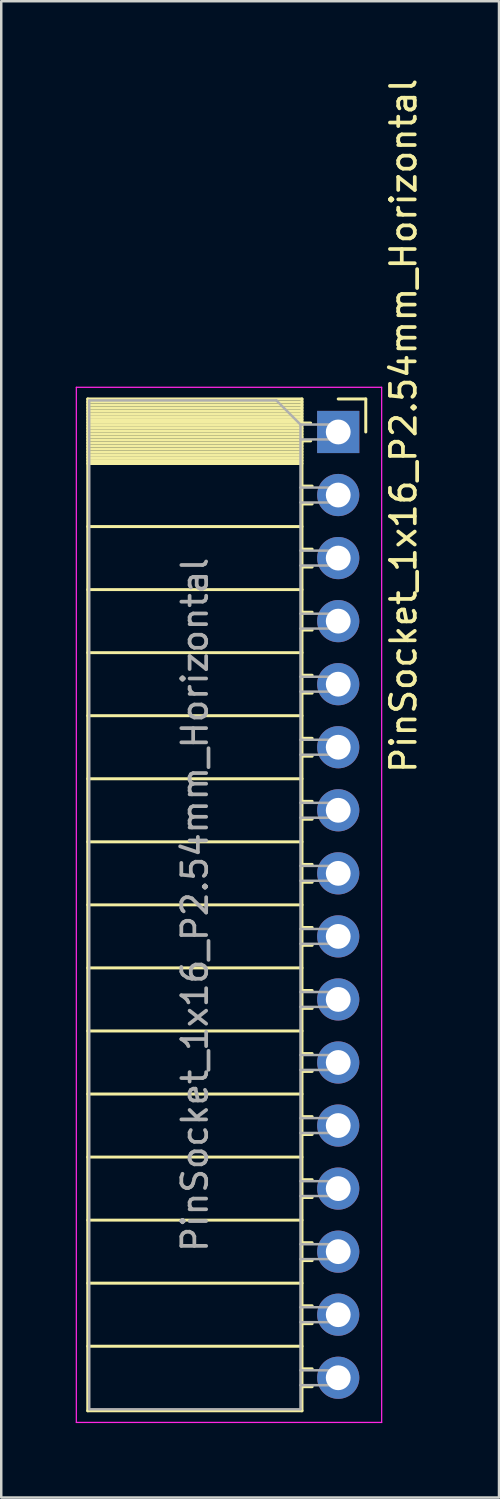
<source format=kicad_pcb>
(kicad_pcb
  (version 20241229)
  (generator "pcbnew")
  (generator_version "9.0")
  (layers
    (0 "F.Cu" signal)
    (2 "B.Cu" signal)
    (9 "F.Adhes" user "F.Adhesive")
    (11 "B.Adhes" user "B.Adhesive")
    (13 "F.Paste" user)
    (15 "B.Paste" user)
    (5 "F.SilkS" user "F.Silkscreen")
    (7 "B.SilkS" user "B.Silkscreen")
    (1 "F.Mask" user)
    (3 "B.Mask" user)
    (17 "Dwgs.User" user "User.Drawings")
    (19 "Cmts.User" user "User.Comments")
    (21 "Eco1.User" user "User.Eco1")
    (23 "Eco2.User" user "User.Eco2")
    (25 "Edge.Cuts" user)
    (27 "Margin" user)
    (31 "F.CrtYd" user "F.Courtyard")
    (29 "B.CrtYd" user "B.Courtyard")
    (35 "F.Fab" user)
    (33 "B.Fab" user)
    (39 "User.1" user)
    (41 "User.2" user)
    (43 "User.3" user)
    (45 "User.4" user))
  (footprint "PinSocket_1x16_P2.54mm_Horizontal"
    (layer "F.Cu")
    (at 10.575 14.352)
    (property "Reference" "PinSocket_1x16_P2.54mm_Horizontal" (at 2.629 -0.251 90) (layer "F.SilkS") (effects (font (size 1 1) (thickness 0.15))))
    (attr through_hole)
    (fp_line (start -10.09 -1.33) (end -10.09 39.43) (stroke (width 0.12) (type solid)) (layer "F.SilkS"))
    (fp_line (start -10.09 -1.33) (end -1.46 -1.33) (stroke (width 0.12) (type solid)) (layer "F.SilkS"))
    (fp_line (start -10.09 -1.21) (end -1.46 -1.21) (stroke (width 0.12) (type solid)) (layer "F.SilkS"))
    (fp_line (start -10.09 -1.092) (end -1.46 -1.092) (stroke (width 0.12) (type solid)) (layer "F.SilkS"))
    (fp_line (start -10.09 -0.974) (end -1.46 -0.974) (stroke (width 0.12) (type solid)) (layer "F.SilkS"))
    (fp_line (start -10.09 -0.856) (end -1.46 -0.856) (stroke (width 0.12) (type solid)) (layer "F.SilkS"))
    (fp_line (start -10.09 -0.738) (end -1.46 -0.738) (stroke (width 0.12) (type solid)) (layer "F.SilkS"))
    (fp_line (start -10.09 -0.62) (end -1.46 -0.62) (stroke (width 0.12) (type solid)) (layer "F.SilkS"))
    (fp_line (start -10.09 -0.501) (end -1.46 -0.501) (stroke (width 0.12) (type solid)) (layer "F.SilkS"))
    (fp_line (start -10.09 -0.383) (end -1.46 -0.383) (stroke (width 0.12) (type solid)) (layer "F.SilkS"))
    (fp_line (start -10.09 -0.265) (end -1.46 -0.265) (stroke (width 0.12) (type solid)) (layer "F.SilkS"))
    (fp_line (start -10.09 -0.147) (end -1.46 -0.147) (stroke (width 0.12) (type solid)) (layer "F.SilkS"))
    (fp_line (start -10.09 -0.029) (end -1.46 -0.029) (stroke (width 0.12) (type solid)) (layer "F.SilkS"))
    (fp_line (start -10.09 0.089) (end -1.46 0.089) (stroke (width 0.12) (type solid)) (layer "F.SilkS"))
    (fp_line (start -10.09 0.207) (end -1.46 0.207) (stroke (width 0.12) (type solid)) (layer "F.SilkS"))
    (fp_line (start -10.09 0.325) (end -1.46 0.325) (stroke (width 0.12) (type solid)) (layer "F.SilkS"))
    (fp_line (start -10.09 0.443) (end -1.46 0.443) (stroke (width 0.12) (type solid)) (layer "F.SilkS"))
    (fp_line (start -10.09 0.561) (end -1.46 0.561) (stroke (width 0.12) (type solid)) (layer "F.SilkS"))
    (fp_line (start -10.09 0.68) (end -1.46 0.68) (stroke (width 0.12) (type solid)) (layer "F.SilkS"))
    (fp_line (start -10.09 0.798) (end -1.46 0.798) (stroke (width 0.12) (type solid)) (layer "F.SilkS"))
    (fp_line (start -10.09 0.916) (end -1.46 0.916) (stroke (width 0.12) (type solid)) (layer "F.SilkS"))
    (fp_line (start -10.09 1.034) (end -1.46 1.034) (stroke (width 0.12) (type solid)) (layer "F.SilkS"))
    (fp_line (start -10.09 1.152) (end -1.46 1.152) (stroke (width 0.12) (type solid)) (layer "F.SilkS"))
    (fp_line (start -10.09 1.27) (end -1.46 1.27) (stroke (width 0.12) (type solid)) (layer "F.SilkS"))
    (fp_line (start -10.09 3.81) (end -1.46 3.81) (stroke (width 0.12) (type solid)) (layer "F.SilkS"))
    (fp_line (start -10.09 6.35) (end -1.46 6.35) (stroke (width 0.12) (type solid)) (layer "F.SilkS"))
    (fp_line (start -10.09 8.89) (end -1.46 8.89) (stroke (width 0.12) (type solid)) (layer "F.SilkS"))
    (fp_line (start -10.09 11.43) (end -1.46 11.43) (stroke (width 0.12) (type solid)) (layer "F.SilkS"))
    (fp_line (start -10.09 13.97) (end -1.46 13.97) (stroke (width 0.12) (type solid)) (layer "F.SilkS"))
    (fp_line (start -10.09 16.51) (end -1.46 16.51) (stroke (width 0.12) (type solid)) (layer "F.SilkS"))
    (fp_line (start -10.09 19.05) (end -1.46 19.05) (stroke (width 0.12) (type solid)) (layer "F.SilkS"))
    (fp_line (start -10.09 21.59) (end -1.46 21.59) (stroke (width 0.12) (type solid)) (layer "F.SilkS"))
    (fp_line (start -10.09 24.13) (end -1.46 24.13) (stroke (width 0.12) (type solid)) (layer "F.SilkS"))
    (fp_line (start -10.09 26.67) (end -1.46 26.67) (stroke (width 0.12) (type solid)) (layer "F.SilkS"))
    (fp_line (start -10.09 29.21) (end -1.46 29.21) (stroke (width 0.12) (type solid)) (layer "F.SilkS"))
    (fp_line (start -10.09 31.75) (end -1.46 31.75) (stroke (width 0.12) (type solid)) (layer "F.SilkS"))
    (fp_line (start -10.09 34.29) (end -1.46 34.29) (stroke (width 0.12) (type solid)) (layer "F.SilkS"))
    (fp_line (start -10.09 36.83) (end -1.46 36.83) (stroke (width 0.12) (type solid)) (layer "F.SilkS"))
    (fp_line (start -10.09 39.43) (end -1.46 39.43) (stroke (width 0.12) (type solid)) (layer "F.SilkS"))
    (fp_line (start -1.46 -1.33) (end -1.46 39.43) (stroke (width 0.12) (type solid)) (layer "F.SilkS"))
    (fp_line (start -1.46 -0.36) (end -1.11 -0.36) (stroke (width 0.12) (type solid)) (layer "F.SilkS"))
    (fp_line (start -1.46 0.36) (end -1.11 0.36) (stroke (width 0.12) (type solid)) (layer "F.SilkS"))
    (fp_line (start -1.46 2.18) (end -1.05 2.18) (stroke (width 0.12) (type solid)) (layer "F.SilkS"))
    (fp_line (start -1.46 2.9) (end -1.05 2.9) (stroke (width 0.12) (type solid)) (layer "F.SilkS"))
    (fp_line (start -1.46 4.72) (end -1.05 4.72) (stroke (width 0.12) (type solid)) (layer "F.SilkS"))
    (fp_line (start -1.46 5.44) (end -1.05 5.44) (stroke (width 0.12) (type solid)) (layer "F.SilkS"))
    (fp_line (start -1.46 7.26) (end -1.05 7.26) (stroke (width 0.12) (type solid)) (layer "F.SilkS"))
    (fp_line (start -1.46 7.98) (end -1.05 7.98) (stroke (width 0.12) (type solid)) (layer "F.SilkS"))
    (fp_line (start -1.46 9.8) (end -1.05 9.8) (stroke (width 0.12) (type solid)) (layer "F.SilkS"))
    (fp_line (start -1.46 10.52) (end -1.05 10.52) (stroke (width 0.12) (type solid)) (layer "F.SilkS"))
    (fp_line (start -1.46 12.34) (end -1.05 12.34) (stroke (width 0.12) (type solid)) (layer "F.SilkS"))
    (fp_line (start -1.46 13.06) (end -1.05 13.06) (stroke (width 0.12) (type solid)) (layer "F.SilkS"))
    (fp_line (start -1.46 14.88) (end -1.05 14.88) (stroke (width 0.12) (type solid)) (layer "F.SilkS"))
    (fp_line (start -1.46 15.6) (end -1.05 15.6) (stroke (width 0.12) (type solid)) (layer "F.SilkS"))
    (fp_line (start -1.46 17.42) (end -1.05 17.42) (stroke (width 0.12) (type solid)) (layer "F.SilkS"))
    (fp_line (start -1.46 18.14) (end -1.05 18.14) (stroke (width 0.12) (type solid)) (layer "F.SilkS"))
    (fp_line (start -1.46 19.96) (end -1.05 19.96) (stroke (width 0.12) (type solid)) (layer "F.SilkS"))
    (fp_line (start -1.46 20.68) (end -1.05 20.68) (stroke (width 0.12) (type solid)) (layer "F.SilkS"))
    (fp_line (start -1.46 22.5) (end -1.05 22.5) (stroke (width 0.12) (type solid)) (layer "F.SilkS"))
    (fp_line (start -1.46 23.22) (end -1.05 23.22) (stroke (width 0.12) (type solid)) (layer "F.SilkS"))
    (fp_line (start -1.46 25.04) (end -1.05 25.04) (stroke (width 0.12) (type solid)) (layer "F.SilkS"))
    (fp_line (start -1.46 25.76) (end -1.05 25.76) (stroke (width 0.12) (type solid)) (layer "F.SilkS"))
    (fp_line (start -1.46 27.58) (end -1.05 27.58) (stroke (width 0.12) (type solid)) (layer "F.SilkS"))
    (fp_line (start -1.46 28.3) (end -1.05 28.3) (stroke (width 0.12) (type solid)) (layer "F.SilkS"))
    (fp_line (start -1.46 30.12) (end -1.05 30.12) (stroke (width 0.12) (type solid)) (layer "F.SilkS"))
    (fp_line (start -1.46 30.84) (end -1.05 30.84) (stroke (width 0.12) (type solid)) (layer "F.SilkS"))
    (fp_line (start -1.46 32.66) (end -1.05 32.66) (stroke (width 0.12) (type solid)) (layer "F.SilkS"))
    (fp_line (start -1.46 33.38) (end -1.05 33.38) (stroke (width 0.12) (type solid)) (layer "F.SilkS"))
    (fp_line (start -1.46 35.2) (end -1.05 35.2) (stroke (width 0.12) (type solid)) (layer "F.SilkS"))
    (fp_line (start -1.46 35.92) (end -1.05 35.92) (stroke (width 0.12) (type solid)) (layer "F.SilkS"))
    (fp_line (start -1.46 37.74) (end -1.05 37.74) (stroke (width 0.12) (type solid)) (layer "F.SilkS"))
    (fp_line (start -1.46 38.46) (end -1.05 38.46) (stroke (width 0.12) (type solid)) (layer "F.SilkS"))
    (fp_line (start 0 -1.33) (end 1.11 -1.33) (stroke (width 0.12) (type solid)) (layer "F.SilkS"))
    (fp_line (start 1.11 -1.33) (end 1.11 0) (stroke (width 0.12) (type solid)) (layer "F.SilkS"))
    (fp_line (start -10.55 -1.8) (end -10.55 39.9) (stroke (width 0.05) (type solid)) (layer "F.CrtYd"))
    (fp_line (start -10.55 39.9) (end 1.75 39.9) (stroke (width 0.05) (type solid)) (layer "F.CrtYd"))
    (fp_line (start 1.75 -1.8) (end -10.55 -1.8) (stroke (width 0.05) (type solid)) (layer "F.CrtYd"))
    (fp_line (start 1.75 39.9) (end 1.75 -1.8) (stroke (width 0.05) (type solid)) (layer "F.CrtYd"))
    (fp_line (start -10.03 -1.27) (end -2.49 -1.27) (stroke (width 0.1) (type solid)) (layer "F.Fab"))
    (fp_line (start -10.03 39.37) (end -10.03 -1.27) (stroke (width 0.1) (type solid)) (layer "F.Fab"))
    (fp_line (start -2.49 -1.27) (end -1.52 -0.3) (stroke (width 0.1) (type solid)) (layer "F.Fab"))
    (fp_line (start -1.52 -0.3) (end -1.52 39.37) (stroke (width 0.1) (type solid)) (layer "F.Fab"))
    (fp_line (start -1.52 0.3) (end 0 0.3) (stroke (width 0.1) (type solid)) (layer "F.Fab"))
    (fp_line (start -1.52 2.84) (end 0 2.84) (stroke (width 0.1) (type solid)) (layer "F.Fab"))
    (fp_line (start -1.52 5.38) (end 0 5.38) (stroke (width 0.1) (type solid)) (layer "F.Fab"))
    (fp_line (start -1.52 7.92) (end 0 7.92) (stroke (width 0.1) (type solid)) (layer "F.Fab"))
    (fp_line (start -1.52 10.46) (end 0 10.46) (stroke (width 0.1) (type solid)) (layer "F.Fab"))
    (fp_line (start -1.52 13) (end 0 13) (stroke (width 0.1) (type solid)) (layer "F.Fab"))
    (fp_line (start -1.52 15.54) (end 0 15.54) (stroke (width 0.1) (type solid)) (layer "F.Fab"))
    (fp_line (start -1.52 18.08) (end 0 18.08) (stroke (width 0.1) (type solid)) (layer "F.Fab"))
    (fp_line (start -1.52 20.62) (end 0 20.62) (stroke (width 0.1) (type solid)) (layer "F.Fab"))
    (fp_line (start -1.52 23.16) (end 0 23.16) (stroke (width 0.1) (type solid)) (layer "F.Fab"))
    (fp_line (start -1.52 25.7) (end 0 25.7) (stroke (width 0.1) (type solid)) (layer "F.Fab"))
    (fp_line (start -1.52 28.24) (end 0 28.24) (stroke (width 0.1) (type solid)) (layer "F.Fab"))
    (fp_line (start -1.52 30.78) (end 0 30.78) (stroke (width 0.1) (type solid)) (layer "F.Fab"))
    (fp_line (start -1.52 33.32) (end 0 33.32) (stroke (width 0.1) (type solid)) (layer "F.Fab"))
    (fp_line (start -1.52 35.86) (end 0 35.86) (stroke (width 0.1) (type solid)) (layer "F.Fab"))
    (fp_line (start -1.52 38.4) (end 0 38.4) (stroke (width 0.1) (type solid)) (layer "F.Fab"))
    (fp_line (start -1.52 39.37) (end -10.03 39.37) (stroke (width 0.1) (type solid)) (layer "F.Fab"))
    (fp_line (start 0 -0.3) (end -1.52 -0.3) (stroke (width 0.1) (type solid)) (layer "F.Fab"))
    (fp_line (start 0 0.3) (end 0 -0.3) (stroke (width 0.1) (type solid)) (layer "F.Fab"))
    (fp_line (start 0 2.24) (end -1.52 2.24) (stroke (width 0.1) (type solid)) (layer "F.Fab"))
    (fp_line (start 0 2.84) (end 0 2.24) (stroke (width 0.1) (type solid)) (layer "F.Fab"))
    (fp_line (start 0 4.78) (end -1.52 4.78) (stroke (width 0.1) (type solid)) (layer "F.Fab"))
    (fp_line (start 0 5.38) (end 0 4.78) (stroke (width 0.1) (type solid)) (layer "F.Fab"))
    (fp_line (start 0 7.32) (end -1.52 7.32) (stroke (width 0.1) (type solid)) (layer "F.Fab"))
    (fp_line (start 0 7.92) (end 0 7.32) (stroke (width 0.1) (type solid)) (layer "F.Fab"))
    (fp_line (start 0 9.86) (end -1.52 9.86) (stroke (width 0.1) (type solid)) (layer "F.Fab"))
    (fp_line (start 0 10.46) (end 0 9.86) (stroke (width 0.1) (type solid)) (layer "F.Fab"))
    (fp_line (start 0 12.4) (end -1.52 12.4) (stroke (width 0.1) (type solid)) (layer "F.Fab"))
    (fp_line (start 0 13) (end 0 12.4) (stroke (width 0.1) (type solid)) (layer "F.Fab"))
    (fp_line (start 0 14.94) (end -1.52 14.94) (stroke (width 0.1) (type solid)) (layer "F.Fab"))
    (fp_line (start 0 15.54) (end 0 14.94) (stroke (width 0.1) (type solid)) (layer "F.Fab"))
    (fp_line (start 0 17.48) (end -1.52 17.48) (stroke (width 0.1) (type solid)) (layer "F.Fab"))
    (fp_line (start 0 18.08) (end 0 17.48) (stroke (width 0.1) (type solid)) (layer "F.Fab"))
    (fp_line (start 0 20.02) (end -1.52 20.02) (stroke (width 0.1) (type solid)) (layer "F.Fab"))
    (fp_line (start 0 20.62) (end 0 20.02) (stroke (width 0.1) (type solid)) (layer "F.Fab"))
    (fp_line (start 0 22.56) (end -1.52 22.56) (stroke (width 0.1) (type solid)) (layer "F.Fab"))
    (fp_line (start 0 23.16) (end 0 22.56) (stroke (width 0.1) (type solid)) (layer "F.Fab"))
    (fp_line (start 0 25.1) (end -1.52 25.1) (stroke (width 0.1) (type solid)) (layer "F.Fab"))
    (fp_line (start 0 25.7) (end 0 25.1) (stroke (width 0.1) (type solid)) (layer "F.Fab"))
    (fp_line (start 0 27.64) (end -1.52 27.64) (stroke (width 0.1) (type solid)) (layer "F.Fab"))
    (fp_line (start 0 28.24) (end 0 27.64) (stroke (width 0.1) (type solid)) (layer "F.Fab"))
    (fp_line (start 0 30.18) (end -1.52 30.18) (stroke (width 0.1) (type solid)) (layer "F.Fab"))
    (fp_line (start 0 30.78) (end 0 30.18) (stroke (width 0.1) (type solid)) (layer "F.Fab"))
    (fp_line (start 0 32.72) (end -1.52 32.72) (stroke (width 0.1) (type solid)) (layer "F.Fab"))
    (fp_line (start 0 33.32) (end 0 32.72) (stroke (width 0.1) (type solid)) (layer "F.Fab"))
    (fp_line (start 0 35.26) (end -1.52 35.26) (stroke (width 0.1) (type solid)) (layer "F.Fab"))
    (fp_line (start 0 35.86) (end 0 35.26) (stroke (width 0.1) (type solid)) (layer "F.Fab"))
    (fp_line (start 0 37.8) (end -1.52 37.8) (stroke (width 0.1) (type solid)) (layer "F.Fab"))
    (fp_line (start 0 38.4) (end 0 37.8) (stroke (width 0.1) (type solid)) (layer "F.Fab"))
    (fp_text user "${REFERENCE}" (at -5.775 19.05 270) (layer "F.Fab") (effects (font (size 1 1) (thickness 0.15))))
    (pad "1" thru_hole rect (at 0 0) (size 1.7 1.7) (drill 1) (layers "*.Cu" "*.Mask"))
    (pad "2" thru_hole oval (at 0 2.54) (size 1.7 1.7) (drill 1) (layers "*.Cu" "*.Mask"))
    (pad "3" thru_hole oval (at 0 5.08) (size 1.7 1.7) (drill 1) (layers "*.Cu" "*.Mask"))
    (pad "4" thru_hole oval (at 0 7.62) (size 1.7 1.7) (drill 1) (layers "*.Cu" "*.Mask"))
    (pad "5" thru_hole oval (at 0 10.16) (size 1.7 1.7) (drill 1) (layers "*.Cu" "*.Mask"))
    (pad "6" thru_hole oval (at 0 12.7) (size 1.7 1.7) (drill 1) (layers "*.Cu" "*.Mask"))
    (pad "7" thru_hole oval (at 0 15.24) (size 1.7 1.7) (drill 1) (layers "*.Cu" "*.Mask"))
    (pad "8" thru_hole oval (at 0 17.78) (size 1.7 1.7) (drill 1) (layers "*.Cu" "*.Mask"))
    (pad "9" thru_hole oval (at 0 20.32) (size 1.7 1.7) (drill 1) (layers "*.Cu" "*.Mask"))
    (pad "10" thru_hole oval (at 0 22.86) (size 1.7 1.7) (drill 1) (layers "*.Cu" "*.Mask"))
    (pad "11" thru_hole oval (at 0 25.4) (size 1.7 1.7) (drill 1) (layers "*.Cu" "*.Mask"))
    (pad "12" thru_hole oval (at 0 27.94) (size 1.7 1.7) (drill 1) (layers "*.Cu" "*.Mask"))
    (pad "13" thru_hole oval (at 0 30.48) (size 1.7 1.7) (drill 1) (layers "*.Cu" "*.Mask"))
    (pad "14" thru_hole oval (at 0 33.02) (size 1.7 1.7) (drill 1) (layers "*.Cu" "*.Mask"))
    (pad "15" thru_hole oval (at 0 35.56) (size 1.7 1.7) (drill 1) (layers "*.Cu" "*.Mask"))
    (pad "16" thru_hole oval (at 0 38.1) (size 1.7 1.7) (drill 1) (layers "*.Cu" "*.Mask")))
  (gr_rect
    (start -3 -3)
    (end 17.052 57.277)
    (stroke (width 0.1) (type default))
    (fill no)
    (layer "Edge.Cuts")))
</source>
